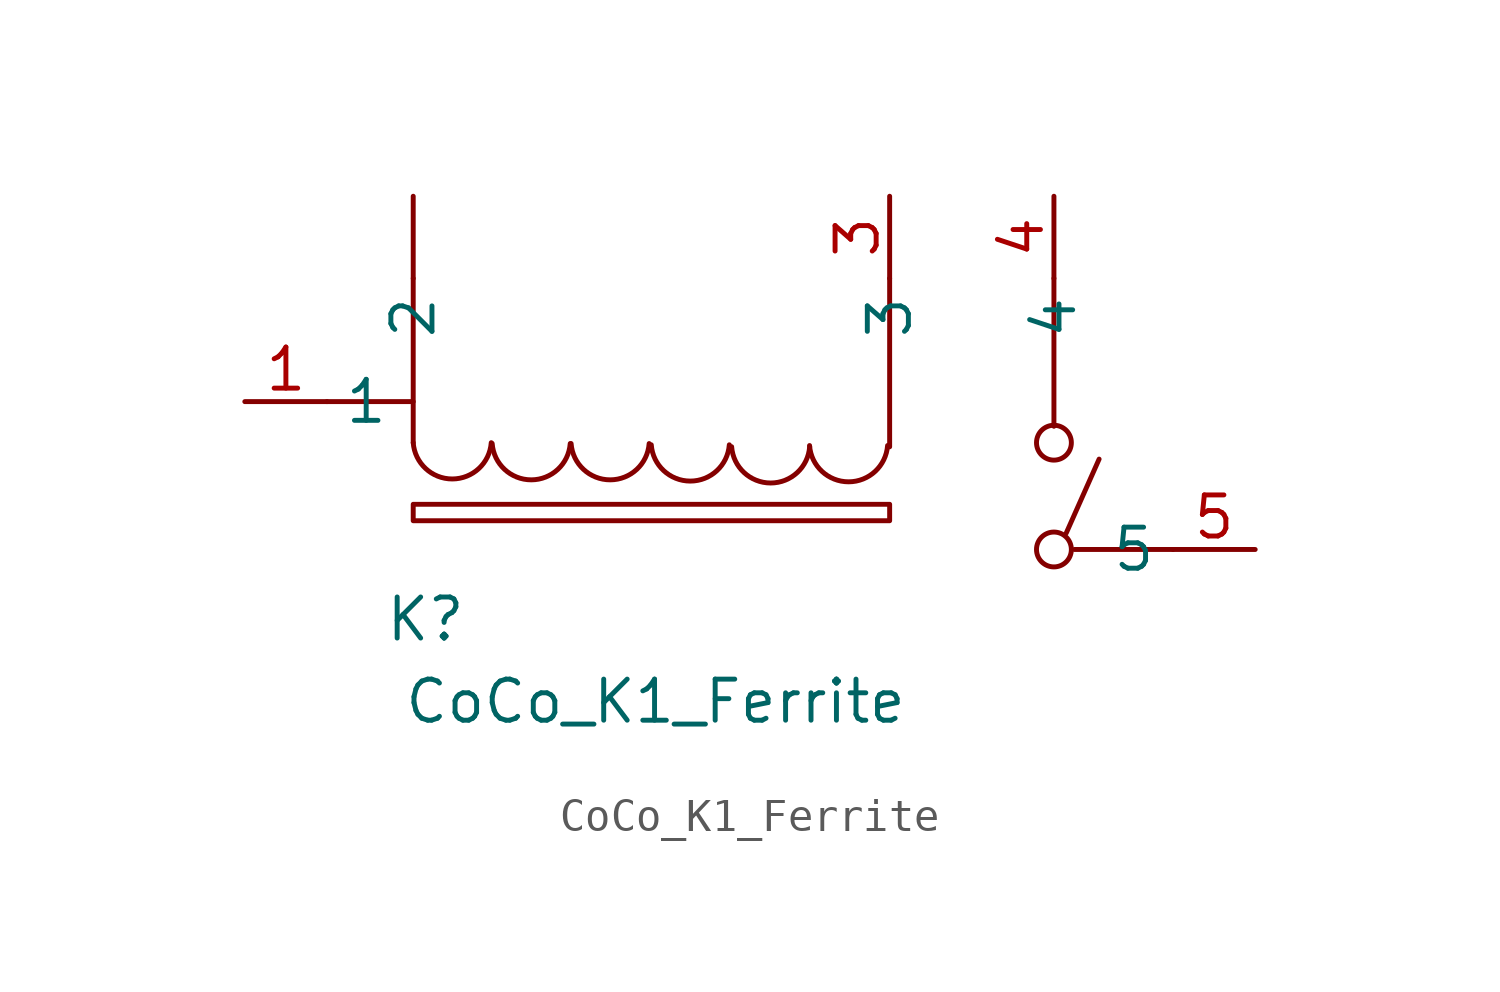
<source format=kicad_sym>
(kicad_symbol_lib
  (version 20211014)
  (generator kicad_symbol_editor)
  (symbol "CoCo_K1_Ferrite"
    (property "Reference" "K"
      (at -12.319 -11.938 0)
      (effects (font (size 1.27 1.27))))
    (property "Value" "CoCo_K1_Ferrite"
      (at -5.207 -14.478 0)
      (effects (font (size 1.27 1.27))))
    (symbol "CoCo_K1_Ferrite_0_1"
      (rectangle (start -12.7 -8.382) (end 2.032 -8.89) (stroke (width 0) (type default) (color 0 0 0 0)) (fill (type none)))
      (arc (start -12.7 -6.477) (mid -11.4935 -7.5988) (end -10.287 -6.477) (stroke (width 0) (type default) (color 0 0 0 0)) (fill (type none)))
      (arc (start -10.2579 -6.5039) (mid -9.0514 -7.6257) (end -7.8449 -6.5039) (stroke (width 0) (type default) (color 0 0 0 0)) (fill (type none)))
      (arc (start -7.8175 -6.5039) (mid -6.611 -7.6257) (end -5.4045 -6.5039) (stroke (width 0) (type default) (color 0 0 0 0)) (fill (type none)))
      (arc (start -5.3387 -6.5423) (mid -4.1322 -7.6641) (end -2.9257 -6.5423) (stroke (width 0) (type default) (color 0 0 0 0)) (fill (type none)))
      (arc (start -2.8538 -6.6017) (mid -1.6473 -7.7235) (end -0.4408 -6.6017) (stroke (width 0) (type default) (color 0 0 0 0)) (fill (type none)))
      (arc (start -0.4445 -6.5649) (mid 0.762 -7.6867) (end 1.9685 -6.5649) (stroke (width 0) (type default) (color 0 0 0 0)) (fill (type none)))
      (polyline (pts (xy -15.367 -5.207) (xy -12.7 -5.207)) (stroke (width 0) (type default) (color 0 0 0 0)) (fill (type none)))
      (polyline (pts (xy -12.7 -1.397) (xy -12.7 -6.477)) (stroke (width 0) (type default) (color 0 0 0 0)) (fill (type none)))
      (polyline (pts (xy 2.032 -1.397) (xy 2.032 -6.604)) (stroke (width 0) (type default) (color 0 0 0 0)) (fill (type none)))
      (polyline (pts (xy 7.112 -1.397) (xy 7.112 -5.969)) (stroke (width 0) (type default) (color 0 0 0 0)) (fill (type none)))
      (polyline (pts (xy 7.493 -9.271) (xy 8.509 -6.985)) (stroke (width 0) (type default) (color 0 0 0 0)) (fill (type none)))
      (polyline (pts (xy 10.795 -9.779) (xy 7.747 -9.779)) (stroke (width 0) (type default) (color 0 0 0 0)) (fill (type none)))
      (circle (center 7.112 -9.779) (radius 0.539) (stroke (width 0) (type default) (color 0 0 0 0)) (fill (type none)))
      (circle (center 7.112 -6.477) (radius 0.539) (stroke (width 0) (type default) (color 0 0 0 0)) (fill (type none))))
    (symbol "CoCo_K1_Ferrite_1_1"
      (pin power_in line (at -12.7 1.143 270) (length 2.54) (name "2" (effects (font (size 1.27 1.27)))) (number "" (effects (font (size 1.27 1.27)))))
      (pin power_in line (at -17.907 -5.207 0) (length 2.54) (name "1" (effects (font (size 1.27 1.27)))) (number "1" (effects (font (size 1.27 1.27)))))
      (pin power_in line (at 2.032 1.143 270) (length 2.54) (name "3" (effects (font (size 1.27 1.27)))) (number "3" (effects (font (size 1.27 1.27)))))
      (pin power_in line (at 7.112 1.143 270) (length 2.54) (name "4" (effects (font (size 1.27 1.27)))) (number "4" (effects (font (size 1.27 1.27)))))
      (pin power_in line (at 13.335 -9.779 180) (length 2.54) (name "5" (effects (font (size 1.27 1.27)))) (number "5" (effects (font (size 1.27 1.27))))))))
</source>
